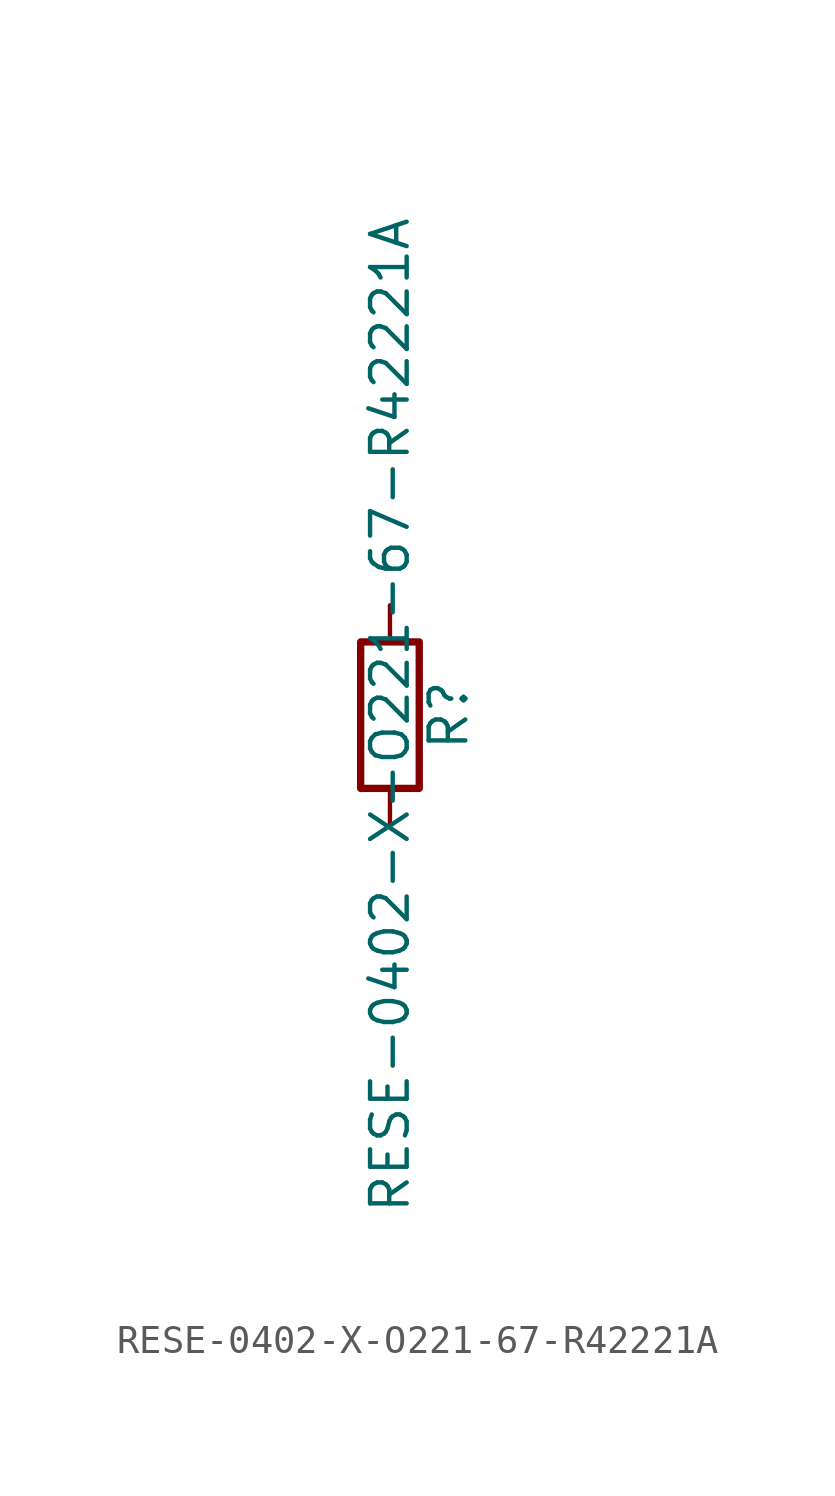
<source format=kicad_sym>
(kicad_symbol_lib
  (version 20211014)
  (generator kicad_symbol_editor)
  (symbol "RESE-0402-X-O221-67-R42221A"
    (pin_numbers hide)
    (pin_names
      (offset 0))
    (property "Reference" "R"
      (at 2.032 0 90)
      (effects (font (size 1.27 1.27))))
    (property "Value" "RESE-0402-X-O221-67-R42221A"
      (at 0 0 90)
      (effects (font (size 1.27 1.27))))
    (symbol "RESE-0402-X-O221-67-R42221A_0_1"
      (rectangle (start -1.016 -2.54) (end 1.016 2.54) (stroke (width 0.254) (type default) (color 0 0 0 0)) (fill (type none))))
    (symbol "RESE-0402-X-O221-67-R42221A_1_1"
      (pin passive line (at 0 3.81 270) (length 1.27) (name "~" (effects (font (size 1.27 1.27)))) (number "1" (effects (font (size 1.27 1.27)))))
      (pin passive line (at 0 -3.81 90) (length 1.27) (name "~" (effects (font (size 1.27 1.27)))) (number "2" (effects (font (size 1.27 1.27))))))))
</source>
